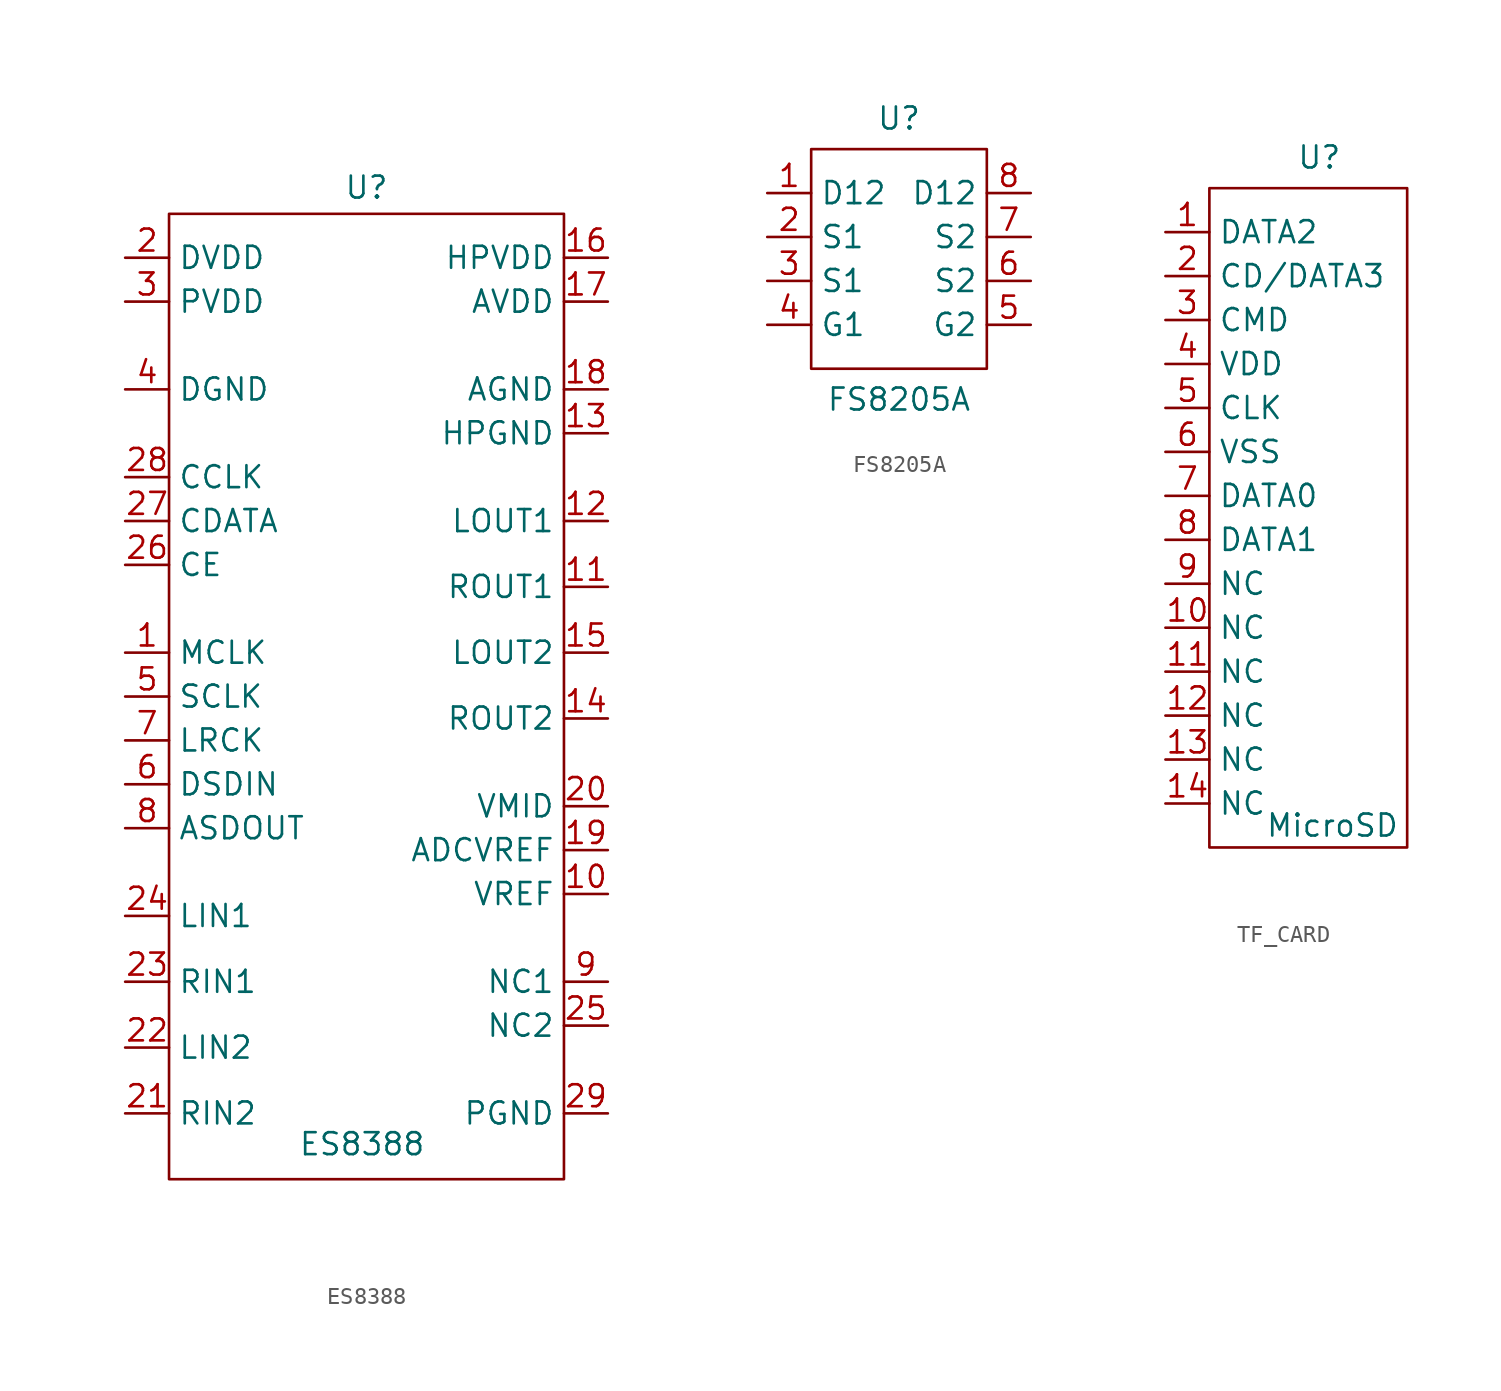
<source format=kicad_sym>
(kicad_symbol_lib
  (version 20231120)
  (generator "kicad_symbol_editor")
  (generator_version "8.0")
  (symbol "ES8388"
    (property "Reference" "U"
      (at 0 12.954 0)
      (effects (font (size 1.27 1.27))))
    (property "Value" "ES8388"
      (at -0.254 -42.418 0)
      (effects (font (size 1.27 1.27))))
    (symbol "ES8388_0_1"
      (rectangle (start -11.43 11.43) (end 11.43 -44.45) (stroke (width 0) (type default)) (fill (type none))))
    (symbol "ES8388_1_1"
      (pin input line (at -13.97 -13.97 0) (length 2.54) (name "MCLK" (effects (font (size 1.27 1.27)))) (number "1" (effects (font (size 1.27 1.27)))))
      (pin input line (at 13.97 -27.94 180) (length 2.54) (name "VREF" (effects (font (size 1.27 1.27)))) (number "10" (effects (font (size 1.27 1.27)))))
      (pin input line (at 13.97 -10.16 180) (length 2.54) (name "ROUT1" (effects (font (size 1.27 1.27)))) (number "11" (effects (font (size 1.27 1.27)))))
      (pin input line (at 13.97 -6.35 180) (length 2.54) (name "LOUT1" (effects (font (size 1.27 1.27)))) (number "12" (effects (font (size 1.27 1.27)))))
      (pin power_in line (at 13.97 -1.27 180) (length 2.54) (name "HPGND" (effects (font (size 1.27 1.27)))) (number "13" (effects (font (size 1.27 1.27)))))
      (pin input line (at 13.97 -17.78 180) (length 2.54) (name "ROUT2" (effects (font (size 1.27 1.27)))) (number "14" (effects (font (size 1.27 1.27)))))
      (pin input line (at 13.97 -13.97 180) (length 2.54) (name "LOUT2" (effects (font (size 1.27 1.27)))) (number "15" (effects (font (size 1.27 1.27)))))
      (pin power_in line (at 13.97 8.89 180) (length 2.54) (name "HPVDD" (effects (font (size 1.27 1.27)))) (number "16" (effects (font (size 1.27 1.27)))))
      (pin power_in line (at 13.97 6.35 180) (length 2.54) (name "AVDD" (effects (font (size 1.27 1.27)))) (number "17" (effects (font (size 1.27 1.27)))))
      (pin power_in line (at 13.97 1.27 180) (length 2.54) (name "AGND" (effects (font (size 1.27 1.27)))) (number "18" (effects (font (size 1.27 1.27)))))
      (pin input line (at 13.97 -25.4 180) (length 2.54) (name "ADCVREF" (effects (font (size 1.27 1.27)))) (number "19" (effects (font (size 1.27 1.27)))))
      (pin power_in line (at -13.97 8.89 0) (length 2.54) (name "DVDD" (effects (font (size 1.27 1.27)))) (number "2" (effects (font (size 1.27 1.27)))))
      (pin input line (at 13.97 -22.86 180) (length 2.54) (name "VMID" (effects (font (size 1.27 1.27)))) (number "20" (effects (font (size 1.27 1.27)))))
      (pin input line (at -13.97 -40.64 0) (length 2.54) (name "RIN2" (effects (font (size 1.27 1.27)))) (number "21" (effects (font (size 1.27 1.27)))))
      (pin input line (at -13.97 -36.83 0) (length 2.54) (name "LIN2" (effects (font (size 1.27 1.27)))) (number "22" (effects (font (size 1.27 1.27)))))
      (pin input line (at -13.97 -33.02 0) (length 2.54) (name "RIN1" (effects (font (size 1.27 1.27)))) (number "23" (effects (font (size 1.27 1.27)))))
      (pin input line (at -13.97 -29.21 0) (length 2.54) (name "LIN1" (effects (font (size 1.27 1.27)))) (number "24" (effects (font (size 1.27 1.27)))))
      (pin input line (at 13.97 -35.56 180) (length 2.54) (name "NC2" (effects (font (size 1.27 1.27)))) (number "25" (effects (font (size 1.27 1.27)))))
      (pin input line (at -13.97 -8.89 0) (length 2.54) (name "CE" (effects (font (size 1.27 1.27)))) (number "26" (effects (font (size 1.27 1.27)))))
      (pin input line (at -13.97 -6.35 0) (length 2.54) (name "CDATA" (effects (font (size 1.27 1.27)))) (number "27" (effects (font (size 1.27 1.27)))))
      (pin input line (at -13.97 -3.81 0) (length 2.54) (name "CCLK" (effects (font (size 1.27 1.27)))) (number "28" (effects (font (size 1.27 1.27)))))
      (pin power_in line (at 13.97 -40.64 180) (length 2.54) (name "PGND" (effects (font (size 1.27 1.27)))) (number "29" (effects (font (size 1.27 1.27)))))
      (pin power_in line (at -13.97 6.35 0) (length 2.54) (name "PVDD" (effects (font (size 1.27 1.27)))) (number "3" (effects (font (size 1.27 1.27)))))
      (pin power_in line (at -13.97 1.27 0) (length 2.54) (name "DGND" (effects (font (size 1.27 1.27)))) (number "4" (effects (font (size 1.27 1.27)))))
      (pin input line (at -13.97 -16.51 0) (length 2.54) (name "SCLK" (effects (font (size 1.27 1.27)))) (number "5" (effects (font (size 1.27 1.27)))))
      (pin input line (at -13.97 -21.59 0) (length 2.54) (name "DSDIN" (effects (font (size 1.27 1.27)))) (number "6" (effects (font (size 1.27 1.27)))))
      (pin input line (at -13.97 -19.05 0) (length 2.54) (name "LRCK" (effects (font (size 1.27 1.27)))) (number "7" (effects (font (size 1.27 1.27)))))
      (pin input line (at -13.97 -24.13 0) (length 2.54) (name "ASDOUT" (effects (font (size 1.27 1.27)))) (number "8" (effects (font (size 1.27 1.27)))))
      (pin input line (at 13.97 -33.02 180) (length 2.54) (name "NC1" (effects (font (size 1.27 1.27)))) (number "9" (effects (font (size 1.27 1.27)))))))
  (symbol "FS8205A"
    (property "Reference" "U"
      (at 0 5.588 0)
      (effects (font (size 1.27 1.27))))
    (property "Value" "FS8205A"
      (at 0 -10.668 0)
      (effects (font (size 1.27 1.27))))
    (symbol "FS8205A_0_1"
      (rectangle (start -5.08 3.81) (end 5.08 -8.89) (stroke (width 0) (type default)) (fill (type none))))
    (symbol "FS8205A_1_1"
      (pin input line (at -7.62 1.27 0) (length 2.54) (name "D12" (effects (font (size 1.27 1.27)))) (number "1" (effects (font (size 1.27 1.27)))))
      (pin input line (at -7.62 -1.27 0) (length 2.54) (name "S1" (effects (font (size 1.27 1.27)))) (number "2" (effects (font (size 1.27 1.27)))))
      (pin input line (at -7.62 -3.81 0) (length 2.54) (name "S1" (effects (font (size 1.27 1.27)))) (number "3" (effects (font (size 1.27 1.27)))))
      (pin input line (at -7.62 -6.35 0) (length 2.54) (name "G1" (effects (font (size 1.27 1.27)))) (number "4" (effects (font (size 1.27 1.27)))))
      (pin input line (at 7.62 -6.35 180) (length 2.54) (name "G2" (effects (font (size 1.27 1.27)))) (number "5" (effects (font (size 1.27 1.27)))))
      (pin input line (at 7.62 -3.81 180) (length 2.54) (name "S2" (effects (font (size 1.27 1.27)))) (number "6" (effects (font (size 1.27 1.27)))))
      (pin input line (at 7.62 -1.27 180) (length 2.54) (name "S2" (effects (font (size 1.27 1.27)))) (number "7" (effects (font (size 1.27 1.27)))))
      (pin input line (at 7.62 1.27 180) (length 2.54) (name "D12" (effects (font (size 1.27 1.27)))) (number "8" (effects (font (size 1.27 1.27)))))))
  (symbol "TF_CARD"
    (property "Reference" "U"
      (at 0 5.588 0)
      (effects (font (size 1.27 1.27))))
    (property "Value" "MicroSD"
      (at 0.762 -33.02 0)
      (effects (font (size 1.27 1.27))))
    (symbol "TF_CARD_0_1"
      (rectangle (start -6.35 3.81) (end 5.08 -34.29) (stroke (width 0) (type default)) (fill (type none))))
    (symbol "TF_CARD_1_1"
      (pin input line (at -8.89 1.27 0) (length 2.54) (name "DATA2" (effects (font (size 1.27 1.27)))) (number "1" (effects (font (size 1.27 1.27)))))
      (pin input line (at -8.89 -21.59 0) (length 2.54) (name "NC" (effects (font (size 1.27 1.27)))) (number "10" (effects (font (size 1.27 1.27)))))
      (pin input line (at -8.89 -24.13 0) (length 2.54) (name "NC" (effects (font (size 1.27 1.27)))) (number "11" (effects (font (size 1.27 1.27)))))
      (pin input line (at -8.89 -26.67 0) (length 2.54) (name "NC" (effects (font (size 1.27 1.27)))) (number "12" (effects (font (size 1.27 1.27)))))
      (pin input line (at -8.89 -29.21 0) (length 2.54) (name "NC" (effects (font (size 1.27 1.27)))) (number "13" (effects (font (size 1.27 1.27)))))
      (pin input line (at -8.89 -31.75 0) (length 2.54) (name "NC" (effects (font (size 1.27 1.27)))) (number "14" (effects (font (size 1.27 1.27)))))
      (pin input line (at -8.89 -1.27 0) (length 2.54) (name "CD/DATA3" (effects (font (size 1.27 1.27)))) (number "2" (effects (font (size 1.27 1.27)))))
      (pin input line (at -8.89 -3.81 0) (length 2.54) (name "CMD" (effects (font (size 1.27 1.27)))) (number "3" (effects (font (size 1.27 1.27)))))
      (pin power_in line (at -8.89 -6.35 0) (length 2.54) (name "VDD" (effects (font (size 1.27 1.27)))) (number "4" (effects (font (size 1.27 1.27)))))
      (pin input line (at -8.89 -8.89 0) (length 2.54) (name "CLK" (effects (font (size 1.27 1.27)))) (number "5" (effects (font (size 1.27 1.27)))))
      (pin power_in line (at -8.89 -11.43 0) (length 2.54) (name "VSS" (effects (font (size 1.27 1.27)))) (number "6" (effects (font (size 1.27 1.27)))))
      (pin input line (at -8.89 -13.97 0) (length 2.54) (name "DATA0" (effects (font (size 1.27 1.27)))) (number "7" (effects (font (size 1.27 1.27)))))
      (pin input line (at -8.89 -16.51 0) (length 2.54) (name "DATA1" (effects (font (size 1.27 1.27)))) (number "8" (effects (font (size 1.27 1.27)))))
      (pin input line (at -8.89 -19.05 0) (length 2.54) (name "NC" (effects (font (size 1.27 1.27)))) (number "9" (effects (font (size 1.27 1.27))))))))
</source>
